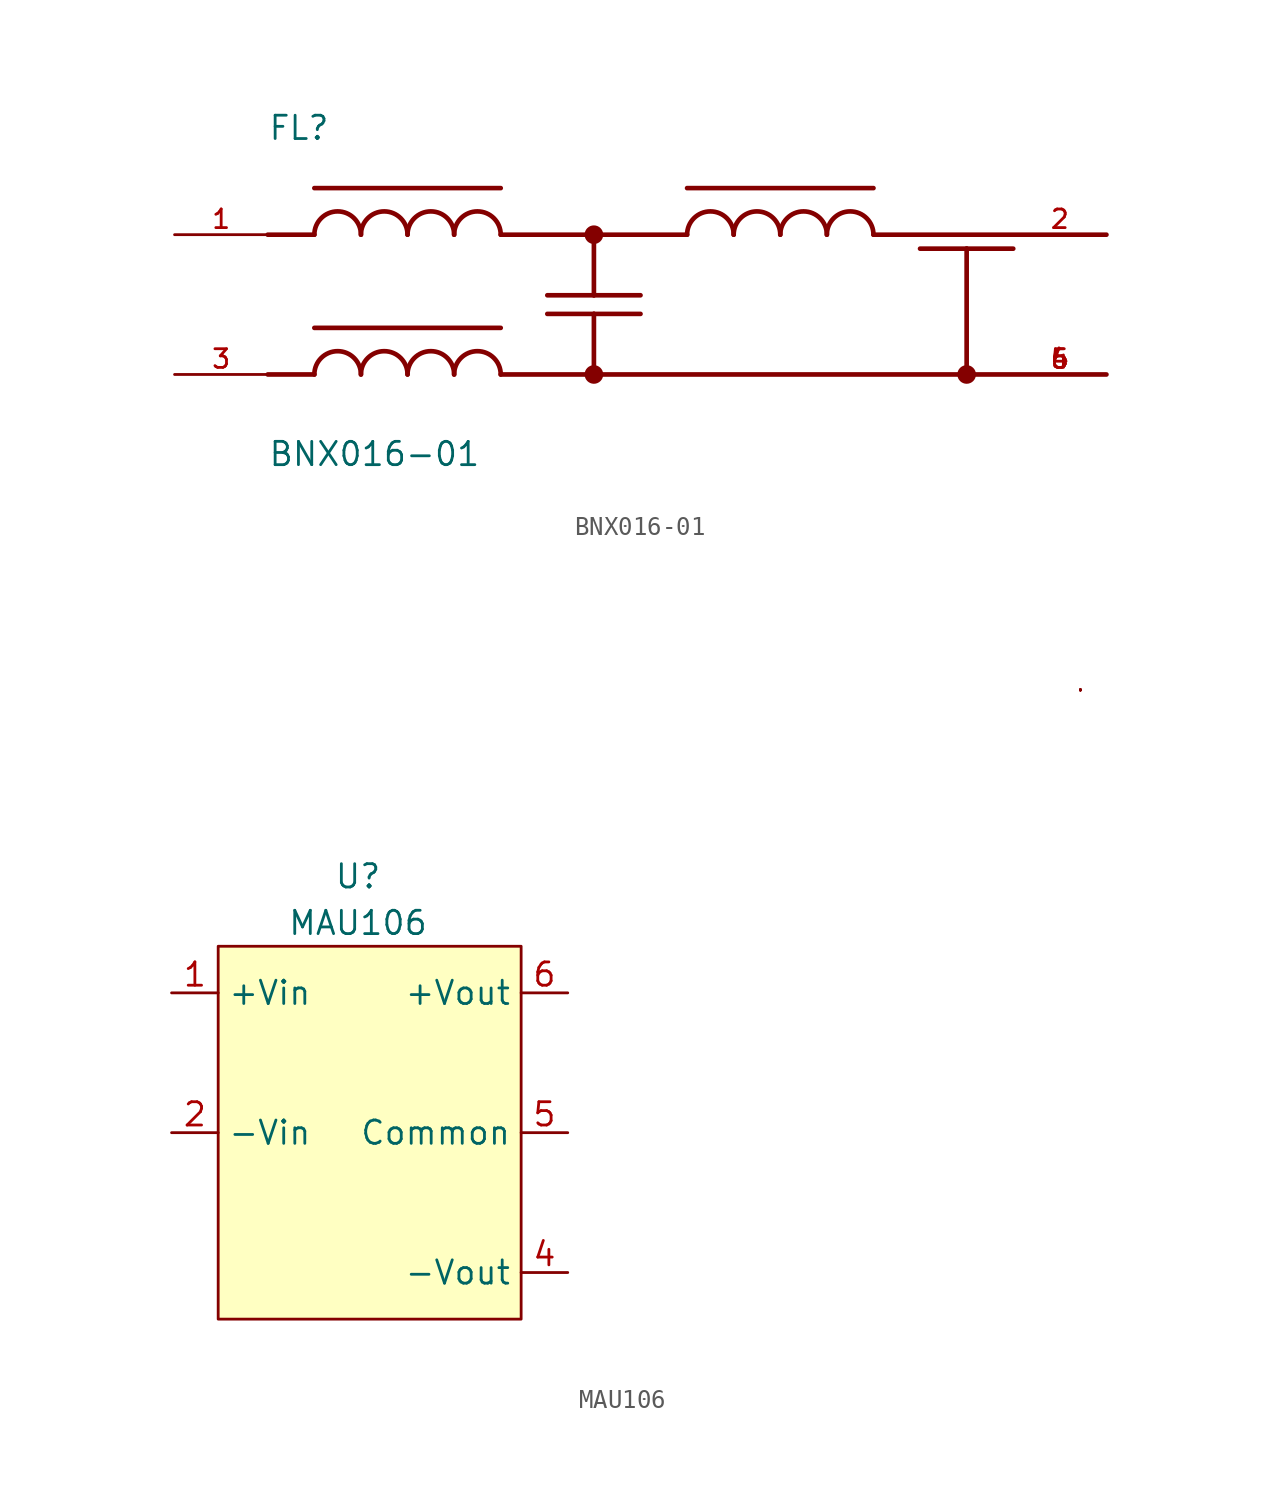
<source format=kicad_sym>
(kicad_symbol_lib
  (version 20211014)
  (generator kicad_symbol_editor)
  (symbol "BNX016-01"
    (pin_names
      (offset 1.016) hide)
    (property "Reference" "FL"
      (at -22.86 7.62 0)
      (effects (font (size 1.27 1.27)) (justify left bottom)))
    (property "Value" "BNX016-01"
      (at -22.86 -10.16 0)
      (effects (font (size 1.27 1.27)) (justify left bottom)))
    (property "ki_locked" ""
      (at 0 0 0)
      (effects (font (size 1.27 1.27))))
    (symbol "BNX016-01_0_0"
      (arc (start -17.78 -5.08) (mid -19.05 -3.81) (end -20.32 -5.08) (stroke (width 0.254) (type default) (color 0 0 0 0)) (fill (type none)))
      (arc (start -17.78 2.54) (mid -19.05 3.81) (end -20.32 2.54) (stroke (width 0.254) (type default) (color 0 0 0 0)) (fill (type none)))
      (arc (start -15.24 -5.08) (mid -16.51 -3.81) (end -17.78 -5.08) (stroke (width 0.254) (type default) (color 0 0 0 0)) (fill (type none)))
      (arc (start -15.24 2.54) (mid -16.51 3.81) (end -17.78 2.54) (stroke (width 0.254) (type default) (color 0 0 0 0)) (fill (type none)))
      (arc (start -12.7 -5.08) (mid -13.97 -3.81) (end -15.24 -5.08) (stroke (width 0.254) (type default) (color 0 0 0 0)) (fill (type none)))
      (arc (start -12.7 2.54) (mid -13.97 3.81) (end -15.24 2.54) (stroke (width 0.254) (type default) (color 0 0 0 0)) (fill (type none)))
      (arc (start -10.16 -5.08) (mid -11.43 -3.81) (end -12.7 -5.08) (stroke (width 0.254) (type default) (color 0 0 0 0)) (fill (type none)))
      (arc (start -10.16 2.54) (mid -11.43 3.81) (end -12.7 2.54) (stroke (width 0.254) (type default) (color 0 0 0 0)) (fill (type none)))
      (circle (center -5.08 -5.08) (radius 0.254) (stroke (width 0.508) (type default) (color 0 0 0 0)) (fill (type none)))
      (circle (center -5.08 2.54) (radius 0.254) (stroke (width 0.508) (type default) (color 0 0 0 0)) (fill (type none)))
      (polyline (pts (xy -20.32 -5.08) (xy -22.86 -5.08)) (stroke (width 0.254) (type default) (color 0 0 0 0)) (fill (type none)))
      (polyline (pts (xy -20.32 -2.54) (xy -10.16 -2.54)) (stroke (width 0.254) (type default) (color 0 0 0 0)) (fill (type none)))
      (polyline (pts (xy -20.32 2.54) (xy -22.86 2.54)) (stroke (width 0.254) (type default) (color 0 0 0 0)) (fill (type none)))
      (polyline (pts (xy -20.32 5.08) (xy -10.16 5.08)) (stroke (width 0.254) (type default) (color 0 0 0 0)) (fill (type none)))
      (polyline (pts (xy -10.16 -5.08) (xy 22.86 -5.08)) (stroke (width 0.254) (type default) (color 0 0 0 0)) (fill (type none)))
      (polyline (pts (xy -10.16 2.54) (xy 0 2.54)) (stroke (width 0.254) (type default) (color 0 0 0 0)) (fill (type none)))
      (polyline (pts (xy -7.62 -1.778) (xy -5.08 -1.778)) (stroke (width 0.254) (type default) (color 0 0 0 0)) (fill (type none)))
      (polyline (pts (xy -7.62 -0.762) (xy -5.08 -0.762)) (stroke (width 0.254) (type default) (color 0 0 0 0)) (fill (type none)))
      (polyline (pts (xy -5.08 -1.778) (xy -5.08 -5.08)) (stroke (width 0.254) (type default) (color 0 0 0 0)) (fill (type none)))
      (polyline (pts (xy -5.08 -1.778) (xy -2.54 -1.778)) (stroke (width 0.254) (type default) (color 0 0 0 0)) (fill (type none)))
      (polyline (pts (xy -5.08 -0.762) (xy -2.54 -0.762)) (stroke (width 0.254) (type default) (color 0 0 0 0)) (fill (type none)))
      (polyline (pts (xy -5.08 2.54) (xy -5.08 -0.762)) (stroke (width 0.254) (type default) (color 0 0 0 0)) (fill (type none)))
      (polyline (pts (xy 0 5.08) (xy 10.16 5.08)) (stroke (width 0.254) (type default) (color 0 0 0 0)) (fill (type none)))
      (polyline (pts (xy 10.16 2.54) (xy 22.86 2.54)) (stroke (width 0.254) (type default) (color 0 0 0 0)) (fill (type none)))
      (polyline (pts (xy 12.7 1.778) (xy 15.24 1.778)) (stroke (width 0.254) (type default) (color 0 0 0 0)) (fill (type none)))
      (polyline (pts (xy 15.24 1.778) (xy 15.24 -5.08)) (stroke (width 0.254) (type default) (color 0 0 0 0)) (fill (type none)))
      (polyline (pts (xy 15.24 1.778) (xy 17.78 1.778)) (stroke (width 0.254) (type default) (color 0 0 0 0)) (fill (type none)))
      (arc (start 2.54 2.54) (mid 1.27 3.81) (end 0 2.54) (stroke (width 0.254) (type default) (color 0 0 0 0)) (fill (type none)))
      (arc (start 5.08 2.54) (mid 3.81 3.81) (end 2.54 2.54) (stroke (width 0.254) (type default) (color 0 0 0 0)) (fill (type none)))
      (arc (start 7.62 2.54) (mid 6.35 3.81) (end 5.08 2.54) (stroke (width 0.254) (type default) (color 0 0 0 0)) (fill (type none)))
      (arc (start 10.16 2.54) (mid 8.89 3.81) (end 7.62 2.54) (stroke (width 0.254) (type default) (color 0 0 0 0)) (fill (type none)))
      (circle (center 15.24 -5.08) (radius 0.254) (stroke (width 0.508) (type default) (color 0 0 0 0)) (fill (type none)))
      (pin passive line (at -27.94 2.54 0) (length 5.08) (name "~" (effects (font (size 1.016 1.016)))) (number "1" (effects (font (size 1.016 1.016)))))
      (pin passive line (at 22.86 2.54 180) (length 5.08) (name "~" (effects (font (size 1.016 1.016)))) (number "2" (effects (font (size 1.016 1.016)))))
      (pin passive line (at -27.94 -5.08 0) (length 5.08) (name "~" (effects (font (size 1.016 1.016)))) (number "3" (effects (font (size 1.016 1.016)))))
      (pin passive line (at 22.86 -5.08 180) (length 5.08) (name "~" (effects (font (size 1.016 1.016)))) (number "4" (effects (font (size 1.016 1.016)))))
      (pin passive line (at 22.86 -5.08 180) (length 5.08) (name "~" (effects (font (size 1.016 1.016)))) (number "5" (effects (font (size 1.016 1.016)))))
      (pin passive line (at 22.86 -5.08 180) (length 5.08) (name "~" (effects (font (size 1.016 1.016)))) (number "6" (effects (font (size 1.016 1.016)))))))
  (symbol "MAU106"
    (property "Reference" "U"
      (at 0 1.27 0)
      (effects (font (size 1.27 1.27))))
    (property "Value" "MAU106"
      (at 0 -1.27 0)
      (effects (font (size 1.27 1.27))))
    (symbol "MAU106_0_1"
      (rectangle (start -7.62 -2.54) (end 8.89 -22.86) (stroke (width 0) (type default) (color 0 0 0 0)) (fill (type background)))
      (rectangle (start 39.37 11.43) (end 39.37 11.43) (stroke (width 0) (type default) (color 0 0 0 0)) (fill (type none)))
      (rectangle (start 39.37 11.43) (end 39.37 11.43) (stroke (width 0) (type default) (color 0 0 0 0)) (fill (type none)))
      (rectangle (start 39.37 11.43) (end 39.37 11.43) (stroke (width 0) (type default) (color 0 0 0 0)) (fill (type none)))
      (rectangle (start 39.37 11.43) (end 39.37 11.43) (stroke (width 0) (type default) (color 0 0 0 0)) (fill (type none)))
      (rectangle (start 39.37 11.43) (end 39.37 11.43) (stroke (width 0) (type default) (color 0 0 0 0)) (fill (type none)))
      (rectangle (start 39.37 11.43) (end 39.37 11.43) (stroke (width 0) (type default) (color 0 0 0 0)) (fill (type none)))
      (rectangle (start 39.37 11.43) (end 39.37 11.43) (stroke (width 0) (type default) (color 0 0 0 0)) (fill (type none)))
      (rectangle (start 39.37 11.43) (end 39.37 11.43) (stroke (width 0) (type default) (color 0 0 0 0)) (fill (type none)))
      (rectangle (start 39.37 11.43) (end 39.37 11.43) (stroke (width 0) (type default) (color 0 0 0 0)) (fill (type none)))
      (rectangle (start 39.37 11.43) (end 39.37 11.43) (stroke (width 0) (type default) (color 0 0 0 0)) (fill (type none))))
    (symbol "MAU106_1_1"
      (pin input line (at -10.16 -5.08 0) (length 2.54) (name "+Vin" (effects (font (size 1.27 1.27)))) (number "1" (effects (font (size 1.27 1.27)))))
      (pin input line (at -10.16 -12.7 0) (length 2.54) (name "-Vin" (effects (font (size 1.27 1.27)))) (number "2" (effects (font (size 1.27 1.27)))))
      (pin output line (at 11.43 -20.32 180) (length 2.54) (name "-Vout" (effects (font (size 1.27 1.27)))) (number "4" (effects (font (size 1.27 1.27)))))
      (pin output line (at 11.43 -12.7 180) (length 2.54) (name "Common" (effects (font (size 1.27 1.27)))) (number "5" (effects (font (size 1.27 1.27)))))
      (pin output line (at 11.43 -5.08 180) (length 2.54) (name "+Vout" (effects (font (size 1.27 1.27)))) (number "6" (effects (font (size 1.27 1.27))))))))
</source>
